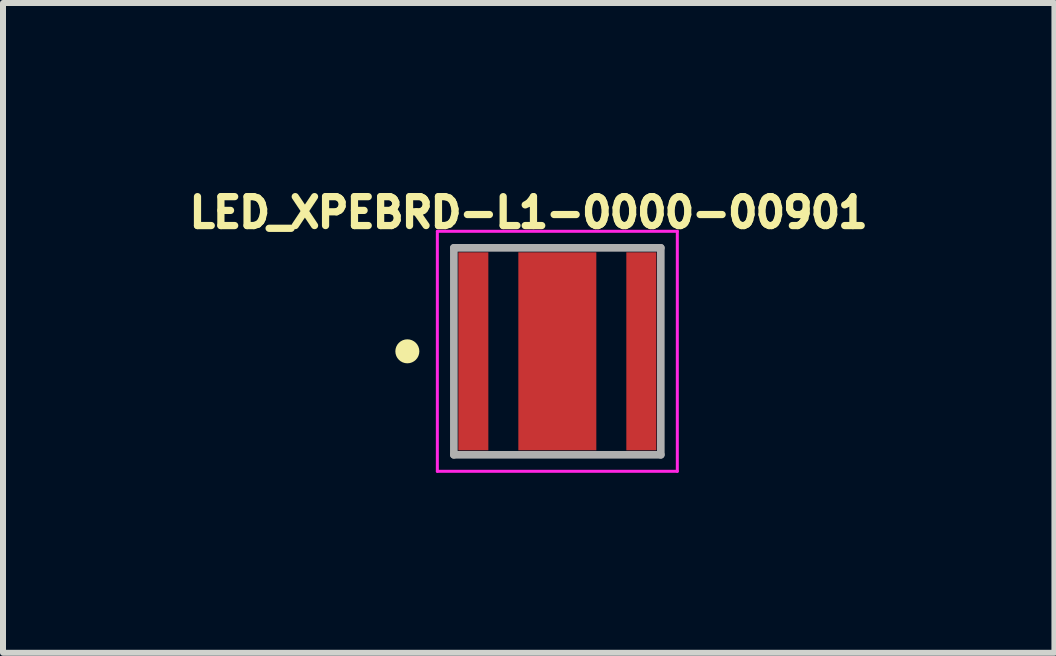
<source format=kicad_pcb>
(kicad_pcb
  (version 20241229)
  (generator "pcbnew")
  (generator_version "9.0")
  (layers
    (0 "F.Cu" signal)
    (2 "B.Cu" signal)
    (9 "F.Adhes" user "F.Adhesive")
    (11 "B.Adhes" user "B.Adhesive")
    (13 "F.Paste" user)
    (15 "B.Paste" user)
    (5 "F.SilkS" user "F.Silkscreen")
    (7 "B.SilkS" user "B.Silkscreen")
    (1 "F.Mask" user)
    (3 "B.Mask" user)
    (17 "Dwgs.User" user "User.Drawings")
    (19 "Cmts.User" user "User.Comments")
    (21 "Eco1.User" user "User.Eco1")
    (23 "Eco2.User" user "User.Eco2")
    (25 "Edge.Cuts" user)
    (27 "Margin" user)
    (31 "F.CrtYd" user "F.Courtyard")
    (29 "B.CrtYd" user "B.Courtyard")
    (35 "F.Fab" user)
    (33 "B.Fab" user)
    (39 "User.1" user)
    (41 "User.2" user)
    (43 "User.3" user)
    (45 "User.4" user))
  (footprint "LED_XPEBRD-L1-0000-00901"
    (layer "F.Cu")
    (at 6.24 2.806)
    (property "Reference" "LED_XPEBRD-L1-0000-00901" (at -0.478 -2.313 0) (layer "F.SilkS") (effects (font (size 0.482 0.482) (thickness 0.15))))
    (attr through_hole)
    (fp_circle (center -2.5 0) (end -2.4 0) (stroke (width 0.2) (type solid)) (fill no) (layer "F.SilkS"))
    (fp_poly (pts (xy -0.506 -1.375) (xy 0.505 -1.375) (xy 0.505 -0.627) (xy -0.506 -0.627)) (stroke (width 0.01) (type solid)) (fill yes) (layer "F.Paste"))
    (fp_poly (pts (xy -0.506 0.625) (xy 0.505 0.625) (xy 0.505 1.377) (xy -0.506 1.377)) (stroke (width 0.01) (type solid)) (fill yes) (layer "F.Paste"))
    (fp_poly (pts (xy -0.505 -0.375) (xy 0.505 -0.375) (xy 0.505 0.375) (xy -0.505 0.375)) (stroke (width 0.01) (type solid)) (fill yes) (layer "F.Paste"))
    (fp_line (start -2 -2) (end 2 -2) (stroke (width 0.05) (type solid)) (layer "F.CrtYd"))
    (fp_line (start -2 2) (end -2 -2) (stroke (width 0.05) (type solid)) (layer "F.CrtYd"))
    (fp_line (start 2 -2) (end 2 2) (stroke (width 0.05) (type solid)) (layer "F.CrtYd"))
    (fp_line (start 2 2) (end -2 2) (stroke (width 0.05) (type solid)) (layer "F.CrtYd"))
    (fp_line (start -1.725 -1.725) (end 1.725 -1.725) (stroke (width 0.127) (type solid)) (layer "F.Fab"))
    (fp_line (start -1.725 1.725) (end -1.725 -1.725) (stroke (width 0.127) (type solid)) (layer "F.Fab"))
    (fp_line (start 1.725 -1.725) (end 1.725 1.725) (stroke (width 0.127) (type solid)) (layer "F.Fab"))
    (fp_line (start 1.725 1.725) (end -1.725 1.725) (stroke (width 0.127) (type solid)) (layer "F.Fab"))
    (pad "1" smd rect (at -1.4 0 90) (size 3.3 0.5) (layers "F.Cu" "F.Mask" "F.Paste"))
    (pad "2" smd rect (at 1.4 0 90) (size 3.3 0.5) (layers "F.Cu" "F.Mask" "F.Paste"))
    (pad "3" smd rect (at 0 0 90) (size 3.3 1.3) (layers "F.Cu" "F.Mask")))
  (gr_rect
    (start -3 -3)
    (end 14.526 7.831)
    (stroke (width 0.1) (type default))
    (fill no)
    (layer "Edge.Cuts")))
</source>
